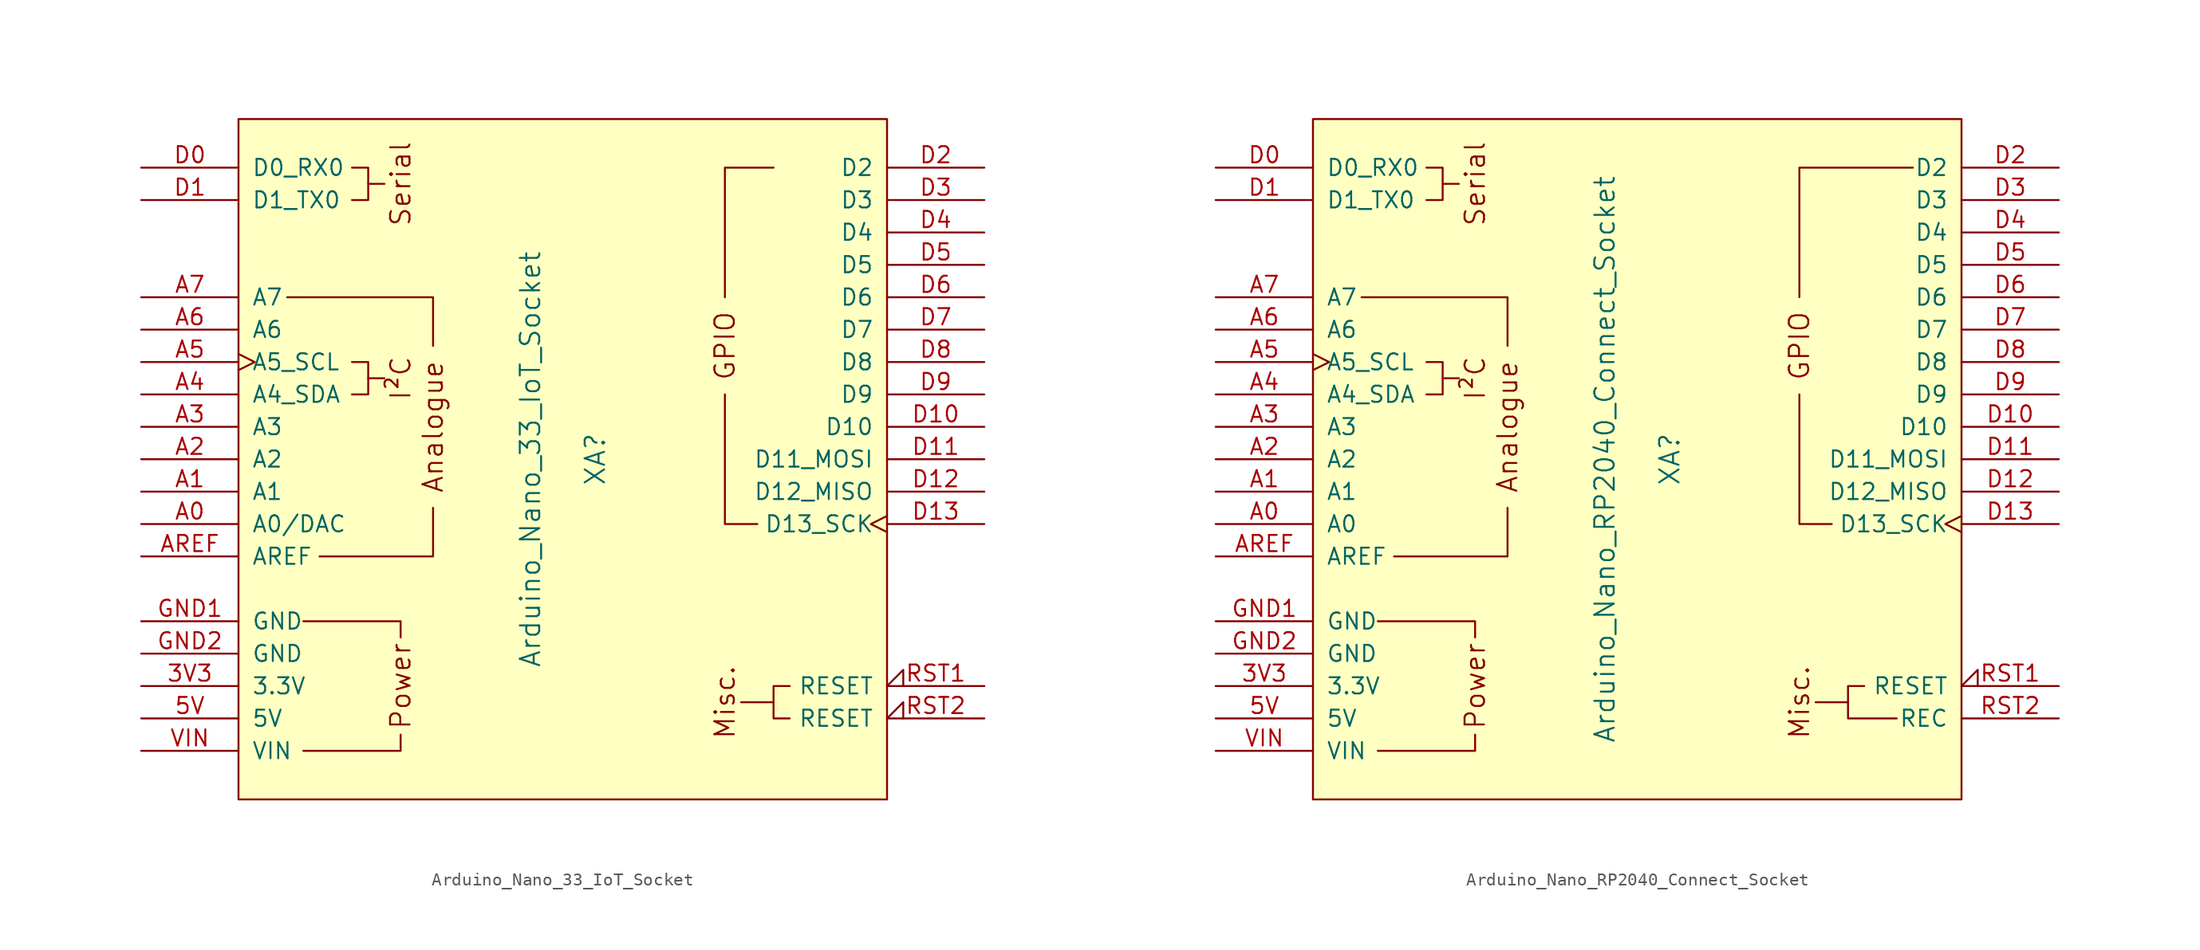
<source format=kicad_sym>
(kicad_symbol_lib
  (version 20211014)
  (generator kicad_symbol_editor)
  (symbol "Arduino_Nano_33_IoT_Socket"
    (pin_names
      (offset 1.016))
    (property "Reference" "XA"
      (at 2.54 0 90)
      (effects (font (size 1.524 1.524))))
    (property "Value" "Arduino_Nano_33_IoT_Socket"
      (at -2.54 0 90)
      (effects (font (size 1.524 1.524))))
    (symbol "Arduino_Nano_33_IoT_Socket_0_0"
      (rectangle (start -25.4 26.67) (end 25.4 -26.67) (stroke (width 0) (type default) (color 0 0 0 0)) (fill (type background)))
      (polyline (pts (xy -15.24 6.35) (xy -13.97 6.35)) (stroke (width 0) (type default) (color 0 0 0 0)) (fill (type none)))
      (polyline (pts (xy -15.24 21.59) (xy -13.97 21.59)) (stroke (width 0) (type default) (color 0 0 0 0)) (fill (type none)))
      (polyline (pts (xy 16.51 -19.05) (xy 13.97 -19.05)) (stroke (width 0) (type default) (color 0 0 0 0)) (fill (type none)))
      (polyline (pts (xy -20.32 -22.86) (xy -12.7 -22.86) (xy -12.7 -21.59)) (stroke (width 0) (type default) (color 0 0 0 0)) (fill (type none)))
      (polyline (pts (xy -12.7 -13.97) (xy -12.7 -12.7) (xy -20.32 -12.7)) (stroke (width 0) (type default) (color 0 0 0 0)) (fill (type none)))
      (polyline (pts (xy -16.51 7.62) (xy -15.24 7.62) (xy -15.24 5.08) (xy -16.51 5.08)) (stroke (width 0) (type default) (color 0 0 0 0)) (fill (type none)))
      (polyline (pts (xy -16.51 22.86) (xy -15.24 22.86) (xy -15.24 20.32) (xy -16.51 20.32)) (stroke (width 0) (type default) (color 0 0 0 0)) (fill (type none)))
      (text "Analogue" (at -10.16 2.54 900) (effects (font (size 1.524 1.524))))
      (text "I²C" (at -12.7 6.35 900) (effects (font (size 1.524 1.524))))
      (text "Misc." (at 12.7 -19.05 900) (effects (font (size 1.524 1.524))))
      (text "Power" (at -12.7 -17.78 900) (effects (font (size 1.524 1.524))))
      (text "Serial" (at -12.7 21.59 900) (effects (font (size 1.524 1.524)))))
    (symbol "Arduino_Nano_33_IoT_Socket_0_1"
      (polyline (pts (xy -21.59 12.7) (xy -10.16 12.7) (xy -10.16 8.89)) (stroke (width 0) (type default) (color 0 0 0 0)) (fill (type none)))
      (polyline (pts (xy -19.05 -7.62) (xy -10.16 -7.62) (xy -10.16 -3.81)) (stroke (width 0) (type default) (color 0 0 0 0)) (fill (type none)))
      (polyline (pts (xy 15.24 -5.08) (xy 12.7 -5.08) (xy 12.7 5.08)) (stroke (width 0) (type default) (color 0 0 0 0)) (fill (type none)))
      (polyline (pts (xy 16.51 22.86) (xy 12.7 22.86) (xy 12.7 12.7)) (stroke (width 0) (type default) (color 0 0 0 0)) (fill (type none)))
      (polyline (pts (xy 17.78 -17.78) (xy 16.51 -17.78) (xy 16.51 -20.32) (xy 17.78 -20.32)) (stroke (width 0) (type default) (color 0 0 0 0)) (fill (type none))))
    (symbol "Arduino_Nano_33_IoT_Socket_1_0"
      (text "GPIO" (at 12.7 8.89 900) (effects (font (size 1.524 1.524)))))
    (symbol "Arduino_Nano_33_IoT_Socket_1_1"
      (pin power_out line (at -33.02 -17.78 0) (length 7.62) (name "3.3V" (effects (font (size 1.27 1.27)))) (number "3V3" (effects (font (size 1.27 1.27)))))
      (pin power_in line (at -33.02 -20.32 0) (length 7.62) (name "5V" (effects (font (size 1.27 1.27)))) (number "5V" (effects (font (size 1.27 1.27)))))
      (pin bidirectional line (at -33.02 -5.08 0) (length 7.62) (name "A0/DAC" (effects (font (size 1.27 1.27)))) (number "A0" (effects (font (size 1.27 1.27)))))
      (pin bidirectional line (at -33.02 -2.54 0) (length 7.62) (name "A1" (effects (font (size 1.27 1.27)))) (number "A1" (effects (font (size 1.27 1.27)))))
      (pin bidirectional line (at -33.02 0 0) (length 7.62) (name "A2" (effects (font (size 1.27 1.27)))) (number "A2" (effects (font (size 1.27 1.27)))))
      (pin bidirectional line (at -33.02 2.54 0) (length 7.62) (name "A3" (effects (font (size 1.27 1.27)))) (number "A3" (effects (font (size 1.27 1.27)))))
      (pin bidirectional line (at -33.02 5.08 0) (length 7.62) (name "A4_SDA" (effects (font (size 1.27 1.27)))) (number "A4" (effects (font (size 1.27 1.27)))))
      (pin bidirectional clock (at -33.02 7.62 0) (length 7.62) (name "A5_SCL" (effects (font (size 1.27 1.27)))) (number "A5" (effects (font (size 1.27 1.27)))))
      (pin input line (at -33.02 10.16 0) (length 7.62) (name "A6" (effects (font (size 1.27 1.27)))) (number "A6" (effects (font (size 1.27 1.27)))))
      (pin input line (at -33.02 12.7 0) (length 7.62) (name "A7" (effects (font (size 1.27 1.27)))) (number "A7" (effects (font (size 1.27 1.27)))))
      (pin input line (at -33.02 -7.62 0) (length 7.62) (name "AREF" (effects (font (size 1.27 1.27)))) (number "AREF" (effects (font (size 1.27 1.27)))))
      (pin bidirectional line (at -33.02 22.86 0) (length 7.62) (name "D0_RX0" (effects (font (size 1.27 1.27)))) (number "D0" (effects (font (size 1.27 1.27)))))
      (pin bidirectional line (at -33.02 20.32 0) (length 7.62) (name "D1_TX0" (effects (font (size 1.27 1.27)))) (number "D1" (effects (font (size 1.27 1.27)))))
      (pin bidirectional line (at 33.02 2.54 180) (length 7.62) (name "D10" (effects (font (size 1.27 1.27)))) (number "D10" (effects (font (size 1.27 1.27)))))
      (pin bidirectional line (at 33.02 0 180) (length 7.62) (name "D11_MOSI" (effects (font (size 1.27 1.27)))) (number "D11" (effects (font (size 1.27 1.27)))))
      (pin bidirectional line (at 33.02 -2.54 180) (length 7.62) (name "D12_MISO" (effects (font (size 1.27 1.27)))) (number "D12" (effects (font (size 1.27 1.27)))))
      (pin bidirectional clock (at 33.02 -5.08 180) (length 7.62) (name "D13_SCK" (effects (font (size 1.27 1.27)))) (number "D13" (effects (font (size 1.27 1.27)))))
      (pin bidirectional line (at 33.02 22.86 180) (length 7.62) (name "D2" (effects (font (size 1.27 1.27)))) (number "D2" (effects (font (size 1.27 1.27)))))
      (pin bidirectional line (at 33.02 20.32 180) (length 7.62) (name "D3" (effects (font (size 1.27 1.27)))) (number "D3" (effects (font (size 1.27 1.27)))))
      (pin bidirectional line (at 33.02 17.78 180) (length 7.62) (name "D4" (effects (font (size 1.27 1.27)))) (number "D4" (effects (font (size 1.27 1.27)))))
      (pin bidirectional line (at 33.02 15.24 180) (length 7.62) (name "D5" (effects (font (size 1.27 1.27)))) (number "D5" (effects (font (size 1.27 1.27)))))
      (pin bidirectional line (at 33.02 12.7 180) (length 7.62) (name "D6" (effects (font (size 1.27 1.27)))) (number "D6" (effects (font (size 1.27 1.27)))))
      (pin bidirectional line (at 33.02 10.16 180) (length 7.62) (name "D7" (effects (font (size 1.27 1.27)))) (number "D7" (effects (font (size 1.27 1.27)))))
      (pin bidirectional line (at 33.02 7.62 180) (length 7.62) (name "D8" (effects (font (size 1.27 1.27)))) (number "D8" (effects (font (size 1.27 1.27)))))
      (pin bidirectional line (at 33.02 5.08 180) (length 7.62) (name "D9" (effects (font (size 1.27 1.27)))) (number "D9" (effects (font (size 1.27 1.27)))))
      (pin power_in line (at -33.02 -12.7 0) (length 7.62) (name "GND" (effects (font (size 1.27 1.27)))) (number "GND1" (effects (font (size 1.27 1.27)))))
      (pin power_in line (at -33.02 -15.24 0) (length 7.62) (name "GND" (effects (font (size 1.27 1.27)))) (number "GND2" (effects (font (size 1.27 1.27)))))
      (pin open_collector input_low (at 33.02 -17.78 180) (length 7.62) (name "RESET" (effects (font (size 1.27 1.27)))) (number "RST1" (effects (font (size 1.27 1.27)))))
      (pin open_collector input_low (at 33.02 -20.32 180) (length 7.62) (name "RESET" (effects (font (size 1.27 1.27)))) (number "RST2" (effects (font (size 1.27 1.27)))))
      (pin power_in line (at -33.02 -22.86 0) (length 7.62) (name "VIN" (effects (font (size 1.27 1.27)))) (number "VIN" (effects (font (size 1.27 1.27)))))))
  (symbol "Arduino_Nano_RP2040_Connect_Socket"
    (pin_names
      (offset 1.016))
    (property "Reference" "XA"
      (at 2.54 0 90)
      (effects (font (size 1.524 1.524))))
    (property "Value" "Arduino_Nano_RP2040_Connect_Socket"
      (at -2.54 0 90)
      (effects (font (size 1.524 1.524))))
    (symbol "Arduino_Nano_RP2040_Connect_Socket_0_0"
      (rectangle (start -25.4 26.67) (end 25.4 -26.67) (stroke (width 0) (type default) (color 0 0 0 0)) (fill (type background)))
      (polyline (pts (xy -15.24 6.35) (xy -13.97 6.35)) (stroke (width 0) (type default) (color 0 0 0 0)) (fill (type none)))
      (polyline (pts (xy -15.24 21.59) (xy -13.97 21.59)) (stroke (width 0) (type default) (color 0 0 0 0)) (fill (type none)))
      (polyline (pts (xy 16.51 -19.05) (xy 13.97 -19.05)) (stroke (width 0) (type default) (color 0 0 0 0)) (fill (type none)))
      (polyline (pts (xy -20.32 -22.86) (xy -12.7 -22.86) (xy -12.7 -21.59)) (stroke (width 0) (type default) (color 0 0 0 0)) (fill (type none)))
      (polyline (pts (xy -12.7 -13.97) (xy -12.7 -12.7) (xy -20.32 -12.7)) (stroke (width 0) (type default) (color 0 0 0 0)) (fill (type none)))
      (polyline (pts (xy -16.51 7.62) (xy -15.24 7.62) (xy -15.24 5.08) (xy -16.51 5.08)) (stroke (width 0) (type default) (color 0 0 0 0)) (fill (type none)))
      (polyline (pts (xy -16.51 22.86) (xy -15.24 22.86) (xy -15.24 20.32) (xy -16.51 20.32)) (stroke (width 0) (type default) (color 0 0 0 0)) (fill (type none)))
      (text "Analogue" (at -10.16 2.54 900) (effects (font (size 1.524 1.524))))
      (text "I²C" (at -12.7 6.35 900) (effects (font (size 1.524 1.524))))
      (text "Misc." (at 12.7 -19.05 900) (effects (font (size 1.524 1.524))))
      (text "Power" (at -12.7 -17.78 900) (effects (font (size 1.524 1.524))))
      (text "Serial" (at -12.7 21.59 900) (effects (font (size 1.524 1.524)))))
    (symbol "Arduino_Nano_RP2040_Connect_Socket_0_1"
      (polyline (pts (xy -21.59 12.7) (xy -10.16 12.7) (xy -10.16 8.89)) (stroke (width 0) (type default) (color 0 0 0 0)) (fill (type none)))
      (polyline (pts (xy -19.05 -7.62) (xy -10.16 -7.62) (xy -10.16 -3.81)) (stroke (width 0) (type default) (color 0 0 0 0)) (fill (type none)))
      (polyline (pts (xy 15.24 -5.08) (xy 12.7 -5.08) (xy 12.7 5.08)) (stroke (width 0) (type default) (color 0 0 0 0)) (fill (type none)))
      (polyline (pts (xy 21.59 22.86) (xy 12.7 22.86) (xy 12.7 12.7)) (stroke (width 0) (type default) (color 0 0 0 0)) (fill (type none)))
      (polyline (pts (xy 17.78 -17.78) (xy 16.51 -17.78) (xy 16.51 -20.32) (xy 20.32 -20.32)) (stroke (width 0) (type default) (color 0 0 0 0)) (fill (type none))))
    (symbol "Arduino_Nano_RP2040_Connect_Socket_1_0"
      (text "GPIO" (at 12.7 8.89 900) (effects (font (size 1.524 1.524)))))
    (symbol "Arduino_Nano_RP2040_Connect_Socket_1_1"
      (pin power_out line (at -33.02 -17.78 0) (length 7.62) (name "3.3V" (effects (font (size 1.27 1.27)))) (number "3V3" (effects (font (size 1.27 1.27)))))
      (pin power_in line (at -33.02 -20.32 0) (length 7.62) (name "5V" (effects (font (size 1.27 1.27)))) (number "5V" (effects (font (size 1.27 1.27)))))
      (pin bidirectional line (at -33.02 -5.08 0) (length 7.62) (name "A0" (effects (font (size 1.27 1.27)))) (number "A0" (effects (font (size 1.27 1.27)))))
      (pin bidirectional line (at -33.02 -2.54 0) (length 7.62) (name "A1" (effects (font (size 1.27 1.27)))) (number "A1" (effects (font (size 1.27 1.27)))))
      (pin bidirectional line (at -33.02 0 0) (length 7.62) (name "A2" (effects (font (size 1.27 1.27)))) (number "A2" (effects (font (size 1.27 1.27)))))
      (pin bidirectional line (at -33.02 2.54 0) (length 7.62) (name "A3" (effects (font (size 1.27 1.27)))) (number "A3" (effects (font (size 1.27 1.27)))))
      (pin bidirectional line (at -33.02 5.08 0) (length 7.62) (name "A4_SDA" (effects (font (size 1.27 1.27)))) (number "A4" (effects (font (size 1.27 1.27)))))
      (pin bidirectional clock (at -33.02 7.62 0) (length 7.62) (name "A5_SCL" (effects (font (size 1.27 1.27)))) (number "A5" (effects (font (size 1.27 1.27)))))
      (pin input line (at -33.02 10.16 0) (length 7.62) (name "A6" (effects (font (size 1.27 1.27)))) (number "A6" (effects (font (size 1.27 1.27)))))
      (pin input line (at -33.02 12.7 0) (length 7.62) (name "A7" (effects (font (size 1.27 1.27)))) (number "A7" (effects (font (size 1.27 1.27)))))
      (pin input line (at -33.02 -7.62 0) (length 7.62) (name "AREF" (effects (font (size 1.27 1.27)))) (number "AREF" (effects (font (size 1.27 1.27)))))
      (pin bidirectional line (at -33.02 22.86 0) (length 7.62) (name "D0_RX0" (effects (font (size 1.27 1.27)))) (number "D0" (effects (font (size 1.27 1.27)))))
      (pin bidirectional line (at -33.02 20.32 0) (length 7.62) (name "D1_TX0" (effects (font (size 1.27 1.27)))) (number "D1" (effects (font (size 1.27 1.27)))))
      (pin bidirectional line (at 33.02 2.54 180) (length 7.62) (name "D10" (effects (font (size 1.27 1.27)))) (number "D10" (effects (font (size 1.27 1.27)))))
      (pin bidirectional line (at 33.02 0 180) (length 7.62) (name "D11_MOSI" (effects (font (size 1.27 1.27)))) (number "D11" (effects (font (size 1.27 1.27)))))
      (pin bidirectional line (at 33.02 -2.54 180) (length 7.62) (name "D12_MISO" (effects (font (size 1.27 1.27)))) (number "D12" (effects (font (size 1.27 1.27)))))
      (pin bidirectional clock (at 33.02 -5.08 180) (length 7.62) (name "D13_SCK" (effects (font (size 1.27 1.27)))) (number "D13" (effects (font (size 1.27 1.27)))))
      (pin bidirectional line (at 33.02 22.86 180) (length 7.62) (name "D2" (effects (font (size 1.27 1.27)))) (number "D2" (effects (font (size 1.27 1.27)))))
      (pin bidirectional line (at 33.02 20.32 180) (length 7.62) (name "D3" (effects (font (size 1.27 1.27)))) (number "D3" (effects (font (size 1.27 1.27)))))
      (pin bidirectional line (at 33.02 17.78 180) (length 7.62) (name "D4" (effects (font (size 1.27 1.27)))) (number "D4" (effects (font (size 1.27 1.27)))))
      (pin bidirectional line (at 33.02 15.24 180) (length 7.62) (name "D5" (effects (font (size 1.27 1.27)))) (number "D5" (effects (font (size 1.27 1.27)))))
      (pin bidirectional line (at 33.02 12.7 180) (length 7.62) (name "D6" (effects (font (size 1.27 1.27)))) (number "D6" (effects (font (size 1.27 1.27)))))
      (pin bidirectional line (at 33.02 10.16 180) (length 7.62) (name "D7" (effects (font (size 1.27 1.27)))) (number "D7" (effects (font (size 1.27 1.27)))))
      (pin bidirectional line (at 33.02 7.62 180) (length 7.62) (name "D8" (effects (font (size 1.27 1.27)))) (number "D8" (effects (font (size 1.27 1.27)))))
      (pin bidirectional line (at 33.02 5.08 180) (length 7.62) (name "D9" (effects (font (size 1.27 1.27)))) (number "D9" (effects (font (size 1.27 1.27)))))
      (pin power_in line (at -33.02 -12.7 0) (length 7.62) (name "GND" (effects (font (size 1.27 1.27)))) (number "GND1" (effects (font (size 1.27 1.27)))))
      (pin power_in line (at -33.02 -15.24 0) (length 7.62) (name "GND" (effects (font (size 1.27 1.27)))) (number "GND2" (effects (font (size 1.27 1.27)))))
      (pin open_collector input_low (at 33.02 -17.78 180) (length 7.62) (name "RESET" (effects (font (size 1.27 1.27)))) (number "RST1" (effects (font (size 1.27 1.27)))))
      (pin bidirectional line (at 33.02 -20.32 180) (length 7.62) (name "REC" (effects (font (size 1.27 1.27)))) (number "RST2" (effects (font (size 1.27 1.27)))))
      (pin power_in line (at -33.02 -22.86 0) (length 7.62) (name "VIN" (effects (font (size 1.27 1.27)))) (number "VIN" (effects (font (size 1.27 1.27))))))))
</source>
